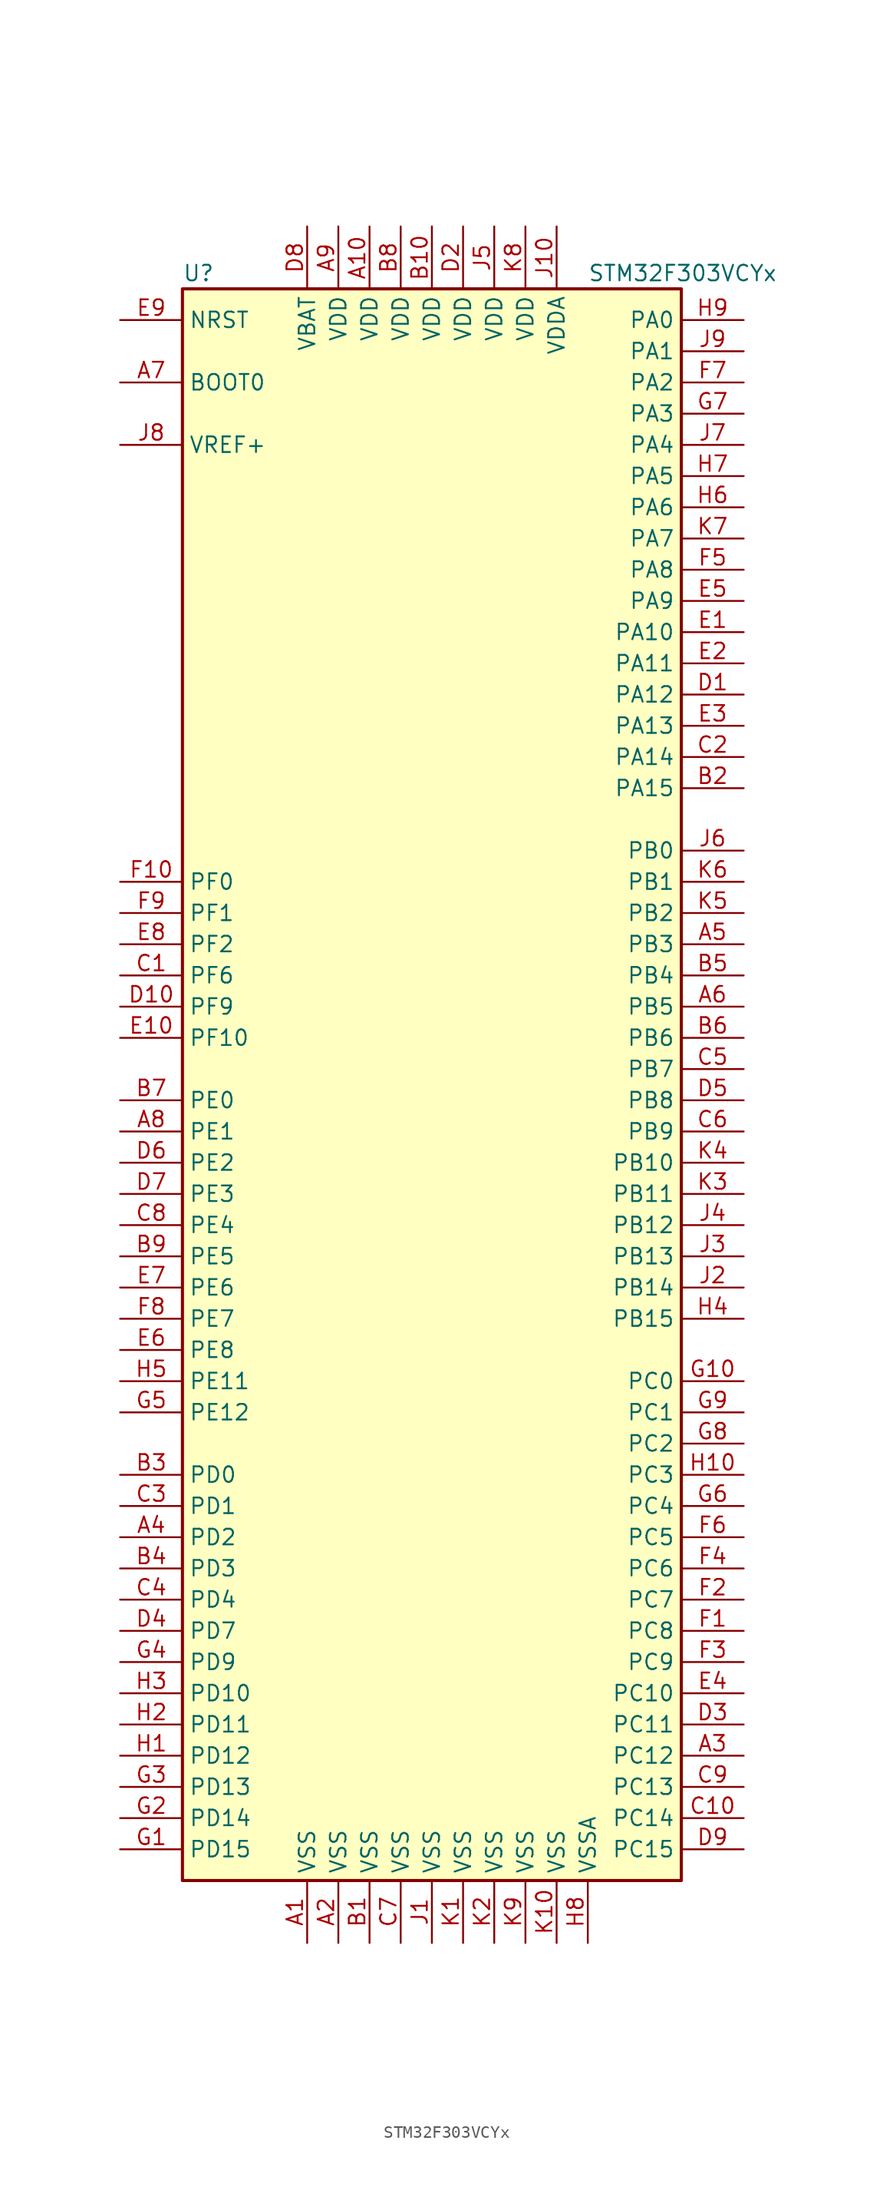
<source format=kicad_sym>
(kicad_symbol_lib
  (version 20211014)
  (generator kicad_symbol_editor)
  (symbol "STM32F303VCYx"
    (property "Reference" "U"
      (at -20.32 64.77 0)
      (effects (font (size 1.27 1.27)) (justify left)))
    (property "Value" "STM32F303VCYx"
      (at 12.7 64.77 0)
      (effects (font (size 1.27 1.27)) (justify left)))
    (symbol "STM32F303VCYx_0_1"
      (rectangle (start -20.32 -66.04) (end 20.32 63.5) (stroke (width 0.254) (type default) (color 0 0 0 0)) (fill (type background))))
    (symbol "STM32F303VCYx_1_1"
      (pin power_in line (at -10.16 -71.12 90) (length 5.08) (name "VSS" (effects (font (size 1.27 1.27)))) (number "A1" (effects (font (size 1.27 1.27)))))
      (pin power_in line (at -5.08 68.58 270) (length 5.08) (name "VDD" (effects (font (size 1.27 1.27)))) (number "A10" (effects (font (size 1.27 1.27)))))
      (pin power_in line (at -7.62 -71.12 90) (length 5.08) (name "VSS" (effects (font (size 1.27 1.27)))) (number "A2" (effects (font (size 1.27 1.27)))))
      (pin bidirectional line (at 25.4 -55.88 180) (length 5.08) (name "PC12" (effects (font (size 1.27 1.27)))) (number "A3" (effects (font (size 1.27 1.27)))))
      (pin bidirectional line (at -25.4 -38.1 0) (length 5.08) (name "PD2" (effects (font (size 1.27 1.27)))) (number "A4" (effects (font (size 1.27 1.27)))))
      (pin bidirectional line (at 25.4 10.16 180) (length 5.08) (name "PB3" (effects (font (size 1.27 1.27)))) (number "A5" (effects (font (size 1.27 1.27)))))
      (pin bidirectional line (at 25.4 5.08 180) (length 5.08) (name "PB5" (effects (font (size 1.27 1.27)))) (number "A6" (effects (font (size 1.27 1.27)))))
      (pin input line (at -25.4 55.88 0) (length 5.08) (name "BOOT0" (effects (font (size 1.27 1.27)))) (number "A7" (effects (font (size 1.27 1.27)))))
      (pin bidirectional line (at -25.4 -5.08 0) (length 5.08) (name "PE1" (effects (font (size 1.27 1.27)))) (number "A8" (effects (font (size 1.27 1.27)))))
      (pin power_in line (at -7.62 68.58 270) (length 5.08) (name "VDD" (effects (font (size 1.27 1.27)))) (number "A9" (effects (font (size 1.27 1.27)))))
      (pin power_in line (at -5.08 -71.12 90) (length 5.08) (name "VSS" (effects (font (size 1.27 1.27)))) (number "B1" (effects (font (size 1.27 1.27)))))
      (pin power_in line (at 0 68.58 270) (length 5.08) (name "VDD" (effects (font (size 1.27 1.27)))) (number "B10" (effects (font (size 1.27 1.27)))))
      (pin bidirectional line (at 25.4 22.86 180) (length 5.08) (name "PA15" (effects (font (size 1.27 1.27)))) (number "B2" (effects (font (size 1.27 1.27)))))
      (pin bidirectional line (at -25.4 -33.02 0) (length 5.08) (name "PD0" (effects (font (size 1.27 1.27)))) (number "B3" (effects (font (size 1.27 1.27)))))
      (pin bidirectional line (at -25.4 -40.64 0) (length 5.08) (name "PD3" (effects (font (size 1.27 1.27)))) (number "B4" (effects (font (size 1.27 1.27)))))
      (pin bidirectional line (at 25.4 7.62 180) (length 5.08) (name "PB4" (effects (font (size 1.27 1.27)))) (number "B5" (effects (font (size 1.27 1.27)))))
      (pin bidirectional line (at 25.4 2.54 180) (length 5.08) (name "PB6" (effects (font (size 1.27 1.27)))) (number "B6" (effects (font (size 1.27 1.27)))))
      (pin bidirectional line (at -25.4 -2.54 0) (length 5.08) (name "PE0" (effects (font (size 1.27 1.27)))) (number "B7" (effects (font (size 1.27 1.27)))))
      (pin power_in line (at -2.54 68.58 270) (length 5.08) (name "VDD" (effects (font (size 1.27 1.27)))) (number "B8" (effects (font (size 1.27 1.27)))))
      (pin bidirectional line (at -25.4 -15.24 0) (length 5.08) (name "PE5" (effects (font (size 1.27 1.27)))) (number "B9" (effects (font (size 1.27 1.27)))))
      (pin bidirectional line (at -25.4 7.62 0) (length 5.08) (name "PF6" (effects (font (size 1.27 1.27)))) (number "C1" (effects (font (size 1.27 1.27)))))
      (pin bidirectional line (at 25.4 -60.96 180) (length 5.08) (name "PC14" (effects (font (size 1.27 1.27)))) (number "C10" (effects (font (size 1.27 1.27)))))
      (pin bidirectional line (at 25.4 25.4 180) (length 5.08) (name "PA14" (effects (font (size 1.27 1.27)))) (number "C2" (effects (font (size 1.27 1.27)))))
      (pin bidirectional line (at -25.4 -35.56 0) (length 5.08) (name "PD1" (effects (font (size 1.27 1.27)))) (number "C3" (effects (font (size 1.27 1.27)))))
      (pin bidirectional line (at -25.4 -43.18 0) (length 5.08) (name "PD4" (effects (font (size 1.27 1.27)))) (number "C4" (effects (font (size 1.27 1.27)))))
      (pin bidirectional line (at 25.4 0 180) (length 5.08) (name "PB7" (effects (font (size 1.27 1.27)))) (number "C5" (effects (font (size 1.27 1.27)))))
      (pin bidirectional line (at 25.4 -5.08 180) (length 5.08) (name "PB9" (effects (font (size 1.27 1.27)))) (number "C6" (effects (font (size 1.27 1.27)))))
      (pin power_in line (at -2.54 -71.12 90) (length 5.08) (name "VSS" (effects (font (size 1.27 1.27)))) (number "C7" (effects (font (size 1.27 1.27)))))
      (pin bidirectional line (at -25.4 -12.7 0) (length 5.08) (name "PE4" (effects (font (size 1.27 1.27)))) (number "C8" (effects (font (size 1.27 1.27)))))
      (pin bidirectional line (at 25.4 -58.42 180) (length 5.08) (name "PC13" (effects (font (size 1.27 1.27)))) (number "C9" (effects (font (size 1.27 1.27)))))
      (pin bidirectional line (at 25.4 30.48 180) (length 5.08) (name "PA12" (effects (font (size 1.27 1.27)))) (number "D1" (effects (font (size 1.27 1.27)))))
      (pin bidirectional line (at -25.4 5.08 0) (length 5.08) (name "PF9" (effects (font (size 1.27 1.27)))) (number "D10" (effects (font (size 1.27 1.27)))))
      (pin power_in line (at 2.54 68.58 270) (length 5.08) (name "VDD" (effects (font (size 1.27 1.27)))) (number "D2" (effects (font (size 1.27 1.27)))))
      (pin bidirectional line (at 25.4 -53.34 180) (length 5.08) (name "PC11" (effects (font (size 1.27 1.27)))) (number "D3" (effects (font (size 1.27 1.27)))))
      (pin bidirectional line (at -25.4 -45.72 0) (length 5.08) (name "PD7" (effects (font (size 1.27 1.27)))) (number "D4" (effects (font (size 1.27 1.27)))))
      (pin bidirectional line (at 25.4 -2.54 180) (length 5.08) (name "PB8" (effects (font (size 1.27 1.27)))) (number "D5" (effects (font (size 1.27 1.27)))))
      (pin bidirectional line (at -25.4 -7.62 0) (length 5.08) (name "PE2" (effects (font (size 1.27 1.27)))) (number "D6" (effects (font (size 1.27 1.27)))))
      (pin bidirectional line (at -25.4 -10.16 0) (length 5.08) (name "PE3" (effects (font (size 1.27 1.27)))) (number "D7" (effects (font (size 1.27 1.27)))))
      (pin power_in line (at -10.16 68.58 270) (length 5.08) (name "VBAT" (effects (font (size 1.27 1.27)))) (number "D8" (effects (font (size 1.27 1.27)))))
      (pin bidirectional line (at 25.4 -63.5 180) (length 5.08) (name "PC15" (effects (font (size 1.27 1.27)))) (number "D9" (effects (font (size 1.27 1.27)))))
      (pin bidirectional line (at 25.4 35.56 180) (length 5.08) (name "PA10" (effects (font (size 1.27 1.27)))) (number "E1" (effects (font (size 1.27 1.27)))))
      (pin bidirectional line (at -25.4 2.54 0) (length 5.08) (name "PF10" (effects (font (size 1.27 1.27)))) (number "E10" (effects (font (size 1.27 1.27)))))
      (pin bidirectional line (at 25.4 33.02 180) (length 5.08) (name "PA11" (effects (font (size 1.27 1.27)))) (number "E2" (effects (font (size 1.27 1.27)))))
      (pin bidirectional line (at 25.4 27.94 180) (length 5.08) (name "PA13" (effects (font (size 1.27 1.27)))) (number "E3" (effects (font (size 1.27 1.27)))))
      (pin bidirectional line (at 25.4 -50.8 180) (length 5.08) (name "PC10" (effects (font (size 1.27 1.27)))) (number "E4" (effects (font (size 1.27 1.27)))))
      (pin bidirectional line (at 25.4 38.1 180) (length 5.08) (name "PA9" (effects (font (size 1.27 1.27)))) (number "E5" (effects (font (size 1.27 1.27)))))
      (pin bidirectional line (at -25.4 -22.86 0) (length 5.08) (name "PE8" (effects (font (size 1.27 1.27)))) (number "E6" (effects (font (size 1.27 1.27)))))
      (pin bidirectional line (at -25.4 -17.78 0) (length 5.08) (name "PE6" (effects (font (size 1.27 1.27)))) (number "E7" (effects (font (size 1.27 1.27)))))
      (pin bidirectional line (at -25.4 10.16 0) (length 5.08) (name "PF2" (effects (font (size 1.27 1.27)))) (number "E8" (effects (font (size 1.27 1.27)))))
      (pin input line (at -25.4 60.96 0) (length 5.08) (name "NRST" (effects (font (size 1.27 1.27)))) (number "E9" (effects (font (size 1.27 1.27)))))
      (pin bidirectional line (at 25.4 -45.72 180) (length 5.08) (name "PC8" (effects (font (size 1.27 1.27)))) (number "F1" (effects (font (size 1.27 1.27)))))
      (pin input line (at -25.4 15.24 0) (length 5.08) (name "PF0" (effects (font (size 1.27 1.27)))) (number "F10" (effects (font (size 1.27 1.27)))))
      (pin bidirectional line (at 25.4 -43.18 180) (length 5.08) (name "PC7" (effects (font (size 1.27 1.27)))) (number "F2" (effects (font (size 1.27 1.27)))))
      (pin bidirectional line (at 25.4 -48.26 180) (length 5.08) (name "PC9" (effects (font (size 1.27 1.27)))) (number "F3" (effects (font (size 1.27 1.27)))))
      (pin bidirectional line (at 25.4 -40.64 180) (length 5.08) (name "PC6" (effects (font (size 1.27 1.27)))) (number "F4" (effects (font (size 1.27 1.27)))))
      (pin bidirectional line (at 25.4 40.64 180) (length 5.08) (name "PA8" (effects (font (size 1.27 1.27)))) (number "F5" (effects (font (size 1.27 1.27)))))
      (pin bidirectional line (at 25.4 -38.1 180) (length 5.08) (name "PC5" (effects (font (size 1.27 1.27)))) (number "F6" (effects (font (size 1.27 1.27)))))
      (pin bidirectional line (at 25.4 55.88 180) (length 5.08) (name "PA2" (effects (font (size 1.27 1.27)))) (number "F7" (effects (font (size 1.27 1.27)))))
      (pin bidirectional line (at -25.4 -20.32 0) (length 5.08) (name "PE7" (effects (font (size 1.27 1.27)))) (number "F8" (effects (font (size 1.27 1.27)))))
      (pin input line (at -25.4 12.7 0) (length 5.08) (name "PF1" (effects (font (size 1.27 1.27)))) (number "F9" (effects (font (size 1.27 1.27)))))
      (pin bidirectional line (at -25.4 -63.5 0) (length 5.08) (name "PD15" (effects (font (size 1.27 1.27)))) (number "G1" (effects (font (size 1.27 1.27)))))
      (pin bidirectional line (at 25.4 -25.4 180) (length 5.08) (name "PC0" (effects (font (size 1.27 1.27)))) (number "G10" (effects (font (size 1.27 1.27)))))
      (pin bidirectional line (at -25.4 -60.96 0) (length 5.08) (name "PD14" (effects (font (size 1.27 1.27)))) (number "G2" (effects (font (size 1.27 1.27)))))
      (pin bidirectional line (at -25.4 -58.42 0) (length 5.08) (name "PD13" (effects (font (size 1.27 1.27)))) (number "G3" (effects (font (size 1.27 1.27)))))
      (pin bidirectional line (at -25.4 -48.26 0) (length 5.08) (name "PD9" (effects (font (size 1.27 1.27)))) (number "G4" (effects (font (size 1.27 1.27)))))
      (pin bidirectional line (at -25.4 -27.94 0) (length 5.08) (name "PE12" (effects (font (size 1.27 1.27)))) (number "G5" (effects (font (size 1.27 1.27)))))
      (pin bidirectional line (at 25.4 -35.56 180) (length 5.08) (name "PC4" (effects (font (size 1.27 1.27)))) (number "G6" (effects (font (size 1.27 1.27)))))
      (pin bidirectional line (at 25.4 53.34 180) (length 5.08) (name "PA3" (effects (font (size 1.27 1.27)))) (number "G7" (effects (font (size 1.27 1.27)))))
      (pin bidirectional line (at 25.4 -30.48 180) (length 5.08) (name "PC2" (effects (font (size 1.27 1.27)))) (number "G8" (effects (font (size 1.27 1.27)))))
      (pin bidirectional line (at 25.4 -27.94 180) (length 5.08) (name "PC1" (effects (font (size 1.27 1.27)))) (number "G9" (effects (font (size 1.27 1.27)))))
      (pin bidirectional line (at -25.4 -55.88 0) (length 5.08) (name "PD12" (effects (font (size 1.27 1.27)))) (number "H1" (effects (font (size 1.27 1.27)))))
      (pin bidirectional line (at 25.4 -33.02 180) (length 5.08) (name "PC3" (effects (font (size 1.27 1.27)))) (number "H10" (effects (font (size 1.27 1.27)))))
      (pin bidirectional line (at -25.4 -53.34 0) (length 5.08) (name "PD11" (effects (font (size 1.27 1.27)))) (number "H2" (effects (font (size 1.27 1.27)))))
      (pin bidirectional line (at -25.4 -50.8 0) (length 5.08) (name "PD10" (effects (font (size 1.27 1.27)))) (number "H3" (effects (font (size 1.27 1.27)))))
      (pin bidirectional line (at 25.4 -20.32 180) (length 5.08) (name "PB15" (effects (font (size 1.27 1.27)))) (number "H4" (effects (font (size 1.27 1.27)))))
      (pin bidirectional line (at -25.4 -25.4 0) (length 5.08) (name "PE11" (effects (font (size 1.27 1.27)))) (number "H5" (effects (font (size 1.27 1.27)))))
      (pin bidirectional line (at 25.4 45.72 180) (length 5.08) (name "PA6" (effects (font (size 1.27 1.27)))) (number "H6" (effects (font (size 1.27 1.27)))))
      (pin bidirectional line (at 25.4 48.26 180) (length 5.08) (name "PA5" (effects (font (size 1.27 1.27)))) (number "H7" (effects (font (size 1.27 1.27)))))
      (pin power_in line (at 12.7 -71.12 90) (length 5.08) (name "VSSA" (effects (font (size 1.27 1.27)))) (number "H8" (effects (font (size 1.27 1.27)))))
      (pin bidirectional line (at 25.4 60.96 180) (length 5.08) (name "PA0" (effects (font (size 1.27 1.27)))) (number "H9" (effects (font (size 1.27 1.27)))))
      (pin power_in line (at 0 -71.12 90) (length 5.08) (name "VSS" (effects (font (size 1.27 1.27)))) (number "J1" (effects (font (size 1.27 1.27)))))
      (pin power_in line (at 10.16 68.58 270) (length 5.08) (name "VDDA" (effects (font (size 1.27 1.27)))) (number "J10" (effects (font (size 1.27 1.27)))))
      (pin bidirectional line (at 25.4 -17.78 180) (length 5.08) (name "PB14" (effects (font (size 1.27 1.27)))) (number "J2" (effects (font (size 1.27 1.27)))))
      (pin bidirectional line (at 25.4 -15.24 180) (length 5.08) (name "PB13" (effects (font (size 1.27 1.27)))) (number "J3" (effects (font (size 1.27 1.27)))))
      (pin bidirectional line (at 25.4 -12.7 180) (length 5.08) (name "PB12" (effects (font (size 1.27 1.27)))) (number "J4" (effects (font (size 1.27 1.27)))))
      (pin power_in line (at 5.08 68.58 270) (length 5.08) (name "VDD" (effects (font (size 1.27 1.27)))) (number "J5" (effects (font (size 1.27 1.27)))))
      (pin bidirectional line (at 25.4 17.78 180) (length 5.08) (name "PB0" (effects (font (size 1.27 1.27)))) (number "J6" (effects (font (size 1.27 1.27)))))
      (pin bidirectional line (at 25.4 50.8 180) (length 5.08) (name "PA4" (effects (font (size 1.27 1.27)))) (number "J7" (effects (font (size 1.27 1.27)))))
      (pin power_in line (at -25.4 50.8 0) (length 5.08) (name "VREF+" (effects (font (size 1.27 1.27)))) (number "J8" (effects (font (size 1.27 1.27)))))
      (pin bidirectional line (at 25.4 58.42 180) (length 5.08) (name "PA1" (effects (font (size 1.27 1.27)))) (number "J9" (effects (font (size 1.27 1.27)))))
      (pin power_in line (at 2.54 -71.12 90) (length 5.08) (name "VSS" (effects (font (size 1.27 1.27)))) (number "K1" (effects (font (size 1.27 1.27)))))
      (pin power_in line (at 10.16 -71.12 90) (length 5.08) (name "VSS" (effects (font (size 1.27 1.27)))) (number "K10" (effects (font (size 1.27 1.27)))))
      (pin power_in line (at 5.08 -71.12 90) (length 5.08) (name "VSS" (effects (font (size 1.27 1.27)))) (number "K2" (effects (font (size 1.27 1.27)))))
      (pin bidirectional line (at 25.4 -10.16 180) (length 5.08) (name "PB11" (effects (font (size 1.27 1.27)))) (number "K3" (effects (font (size 1.27 1.27)))))
      (pin bidirectional line (at 25.4 -7.62 180) (length 5.08) (name "PB10" (effects (font (size 1.27 1.27)))) (number "K4" (effects (font (size 1.27 1.27)))))
      (pin bidirectional line (at 25.4 12.7 180) (length 5.08) (name "PB2" (effects (font (size 1.27 1.27)))) (number "K5" (effects (font (size 1.27 1.27)))))
      (pin bidirectional line (at 25.4 15.24 180) (length 5.08) (name "PB1" (effects (font (size 1.27 1.27)))) (number "K6" (effects (font (size 1.27 1.27)))))
      (pin bidirectional line (at 25.4 43.18 180) (length 5.08) (name "PA7" (effects (font (size 1.27 1.27)))) (number "K7" (effects (font (size 1.27 1.27)))))
      (pin power_in line (at 7.62 68.58 270) (length 5.08) (name "VDD" (effects (font (size 1.27 1.27)))) (number "K8" (effects (font (size 1.27 1.27)))))
      (pin power_in line (at 7.62 -71.12 90) (length 5.08) (name "VSS" (effects (font (size 1.27 1.27)))) (number "K9" (effects (font (size 1.27 1.27))))))))
</source>
